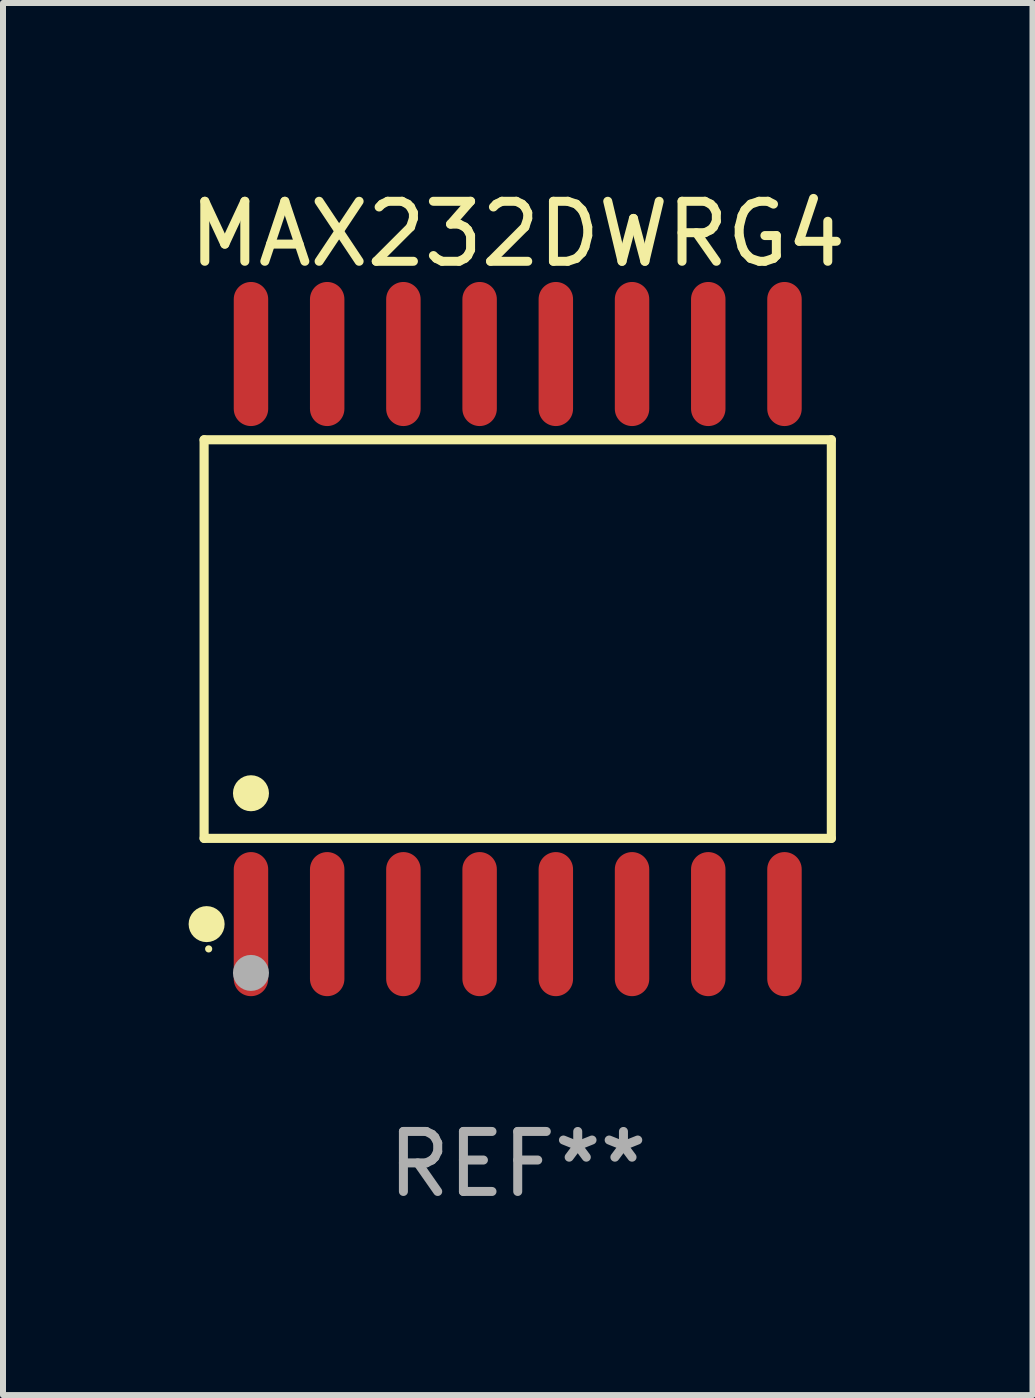
<source format=kicad_pcb>
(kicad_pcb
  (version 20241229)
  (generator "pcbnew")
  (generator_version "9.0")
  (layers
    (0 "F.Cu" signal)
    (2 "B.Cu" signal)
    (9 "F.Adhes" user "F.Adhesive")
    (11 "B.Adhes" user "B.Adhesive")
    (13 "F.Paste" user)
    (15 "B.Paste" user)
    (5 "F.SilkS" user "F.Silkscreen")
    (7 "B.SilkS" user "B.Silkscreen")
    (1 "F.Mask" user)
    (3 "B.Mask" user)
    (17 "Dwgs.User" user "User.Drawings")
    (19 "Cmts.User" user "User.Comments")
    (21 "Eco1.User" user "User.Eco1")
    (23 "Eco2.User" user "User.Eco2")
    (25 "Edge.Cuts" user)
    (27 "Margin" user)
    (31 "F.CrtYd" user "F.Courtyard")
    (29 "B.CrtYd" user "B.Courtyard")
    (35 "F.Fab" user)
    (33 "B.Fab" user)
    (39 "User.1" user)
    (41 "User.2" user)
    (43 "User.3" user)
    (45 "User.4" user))
  (footprint "MAX232DWRG4"
    (layer "F.Cu")
    (at 5.577 7.599)
    (property "Reference" "MAX232DWRG4" (at 0 -6.75 0) (layer "F.SilkS") (effects (font (size 1 1) (thickness 0.15))))
    (attr through_hole)
    (fp_line (start -5.226 -3.321) (end 5.226 -3.321) (stroke (width 0.152) (type solid)) (layer "F.SilkS"))
    (fp_line (start -5.226 3.321) (end -5.226 -3.321) (stroke (width 0.152) (type solid)) (layer "F.SilkS"))
    (fp_line (start 5.226 -3.321) (end 5.226 3.321) (stroke (width 0.152) (type solid)) (layer "F.SilkS"))
    (fp_line (start 5.226 3.321) (end -5.226 3.321) (stroke (width 0.152) (type solid)) (layer "F.SilkS"))
    (fp_circle (center -5.184 4.75) (end -5.034 4.75) (stroke (width 0.3) (type solid)) (fill no) (layer "F.SilkS"))
    (fp_circle (center -5.15 5.163) (end -5.12 5.163) (stroke (width 0.06) (type solid)) (fill no) (layer "F.SilkS"))
    (fp_circle (center -4.445 2.569) (end -4.295 2.569) (stroke (width 0.3) (type solid)) (fill no) (layer "F.SilkS"))
    (fp_circle (center -4.445 5.563) (end -4.295 5.563) (stroke (width 0.3) (type solid)) (fill no) (layer "F.Fab"))
    (fp_text user "REF**" (at 0 8.75 0) (layer "F.Fab") (effects (font (size 1 1) (thickness 0.15))))
    (pad "1" smd oval (at -4.445 4.75) (size 0.574 2.401) (layers "F.Cu" "F.Mask" "F.Paste"))
    (pad "2" smd oval (at -3.175 4.75) (size 0.574 2.401) (layers "F.Cu" "F.Mask" "F.Paste"))
    (pad "3" smd oval (at -1.905 4.75) (size 0.574 2.401) (layers "F.Cu" "F.Mask" "F.Paste"))
    (pad "4" smd oval (at -0.635 4.75) (size 0.574 2.401) (layers "F.Cu" "F.Mask" "F.Paste"))
    (pad "5" smd oval (at 0.635 4.75) (size 0.574 2.401) (layers "F.Cu" "F.Mask" "F.Paste"))
    (pad "6" smd oval (at 1.905 4.75) (size 0.574 2.401) (layers "F.Cu" "F.Mask" "F.Paste"))
    (pad "7" smd oval (at 3.175 4.75) (size 0.574 2.401) (layers "F.Cu" "F.Mask" "F.Paste"))
    (pad "8" smd oval (at 4.445 4.75) (size 0.574 2.401) (layers "F.Cu" "F.Mask" "F.Paste"))
    (pad "9" smd oval (at 4.445 -4.75) (size 0.574 2.401) (layers "F.Cu" "F.Mask" "F.Paste"))
    (pad "10" smd oval (at 3.175 -4.75) (size 0.574 2.401) (layers "F.Cu" "F.Mask" "F.Paste"))
    (pad "11" smd oval (at 1.905 -4.75) (size 0.574 2.401) (layers "F.Cu" "F.Mask" "F.Paste"))
    (pad "12" smd oval (at 0.635 -4.75) (size 0.574 2.401) (layers "F.Cu" "F.Mask" "F.Paste"))
    (pad "13" smd oval (at -0.635 -4.75) (size 0.574 2.401) (layers "F.Cu" "F.Mask" "F.Paste"))
    (pad "14" smd oval (at -1.905 -4.75) (size 0.574 2.401) (layers "F.Cu" "F.Mask" "F.Paste"))
    (pad "15" smd oval (at -3.175 -4.75) (size 0.574 2.401) (layers "F.Cu" "F.Mask" "F.Paste"))
    (pad "16" smd oval (at -4.445 -4.75) (size 0.574 2.401) (layers "F.Cu" "F.Mask" "F.Paste")))
  (gr_rect
    (start -3 -3)
    (end 14.155 20.197)
    (stroke (width 0.1) (type default))
    (fill no)
    (layer "Edge.Cuts")))
</source>
